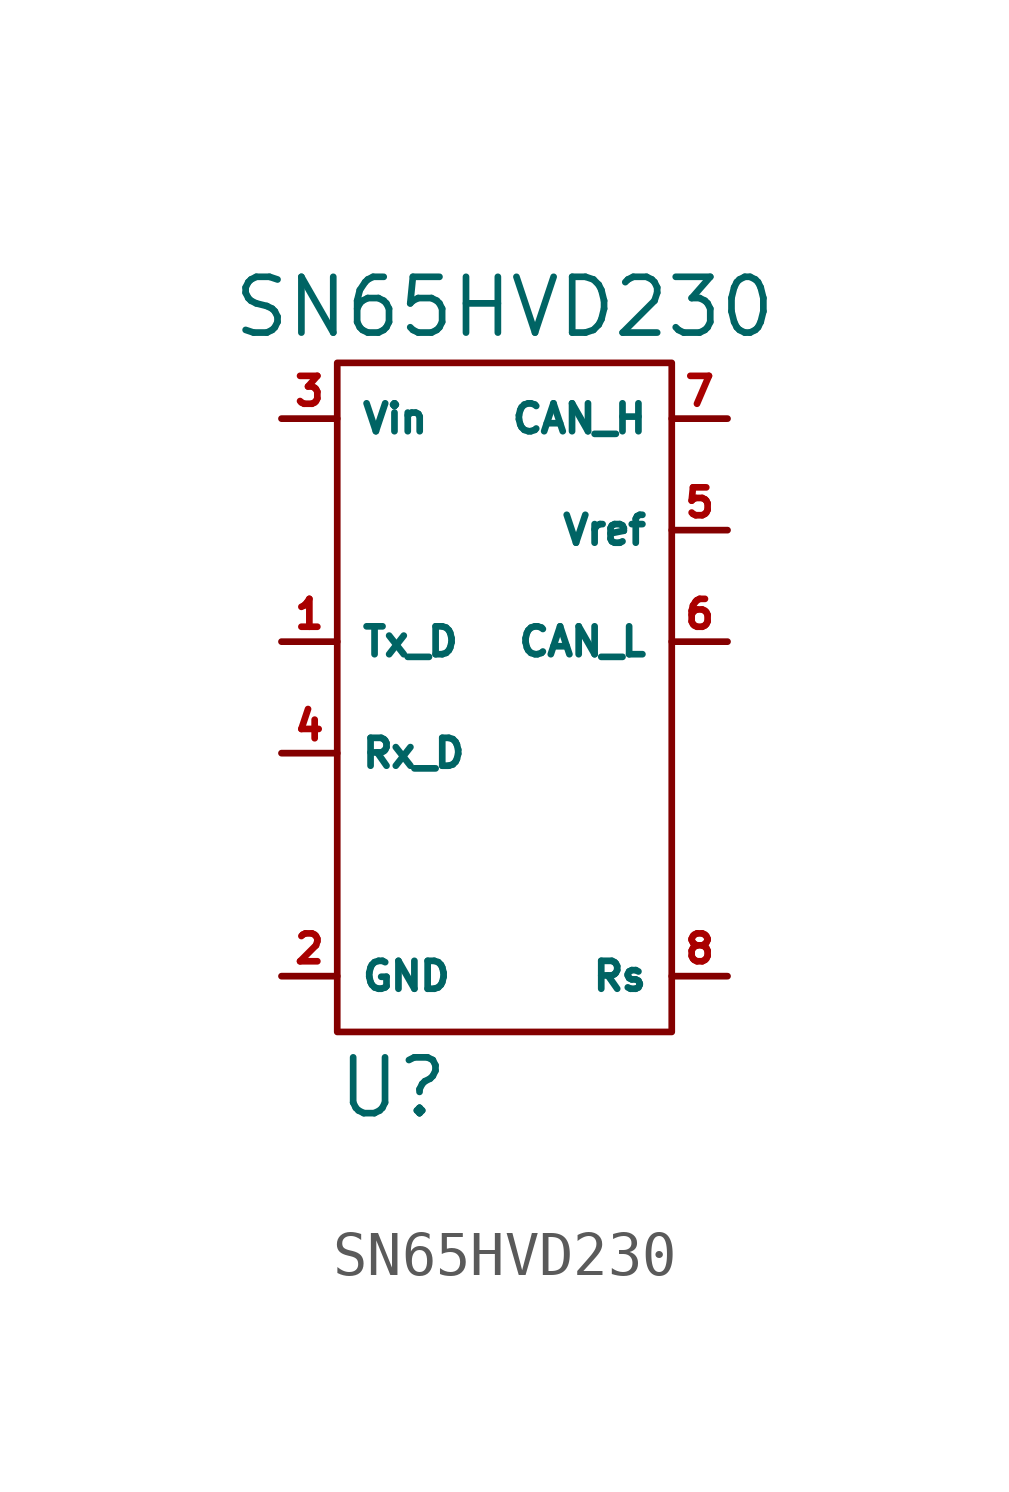
<source format=kicad_sym>
(kicad_symbol_lib
  (version 20211014)
  (generator kicad_symbol_editor)
  (symbol "SN65HVD230"
    (property "Reference" "U"
      (at -2.54 -10.16 0)
      (effects (font (size 1.27 1.27))))
    (property "Value" "SN65HVD230"
      (at 0 7.62 0)
      (effects (font (size 1.27 1.27))))
    (symbol "SN65HVD230_0_1"
      (rectangle (start -3.81 6.35) (end 3.81 -8.89) (stroke (width 0) (type default) (color 0 0 0 0)) (fill (type none))))
    (symbol "SN65HVD230_1_1"
      (pin input line (at -5.08 0 0) (length 1.27) (name "Tx_D" (effects (font (size 0.635 0.635)))) (number "1" (effects (font (size 0.635 0.635)))))
      (pin power_in line (at -5.08 -7.62 0) (length 1.27) (name "GND" (effects (font (size 0.635 0.635)))) (number "2" (effects (font (size 0.635 0.635)))))
      (pin power_in line (at -5.08 5.08 0) (length 1.27) (name "Vin" (effects (font (size 0.635 0.635)))) (number "3" (effects (font (size 0.635 0.635)))))
      (pin output line (at -5.08 -2.54 0) (length 1.27) (name "Rx_D" (effects (font (size 0.635 0.635)))) (number "4" (effects (font (size 0.635 0.635)))))
      (pin power_out line (at 5.08 2.54 180) (length 1.27) (name "Vref" (effects (font (size 0.635 0.635)))) (number "5" (effects (font (size 0.635 0.635)))))
      (pin bidirectional line (at 5.08 0 180) (length 1.27) (name "CAN_L" (effects (font (size 0.635 0.635)))) (number "6" (effects (font (size 0.635 0.635)))))
      (pin bidirectional line (at 5.08 5.08 180) (length 1.27) (name "CAN_H" (effects (font (size 0.635 0.635)))) (number "7" (effects (font (size 0.635 0.635)))))
      (pin input line (at 5.08 -7.62 180) (length 1.27) (name "Rs" (effects (font (size 0.635 0.635)))) (number "8" (effects (font (size 0.635 0.635))))))))
</source>
